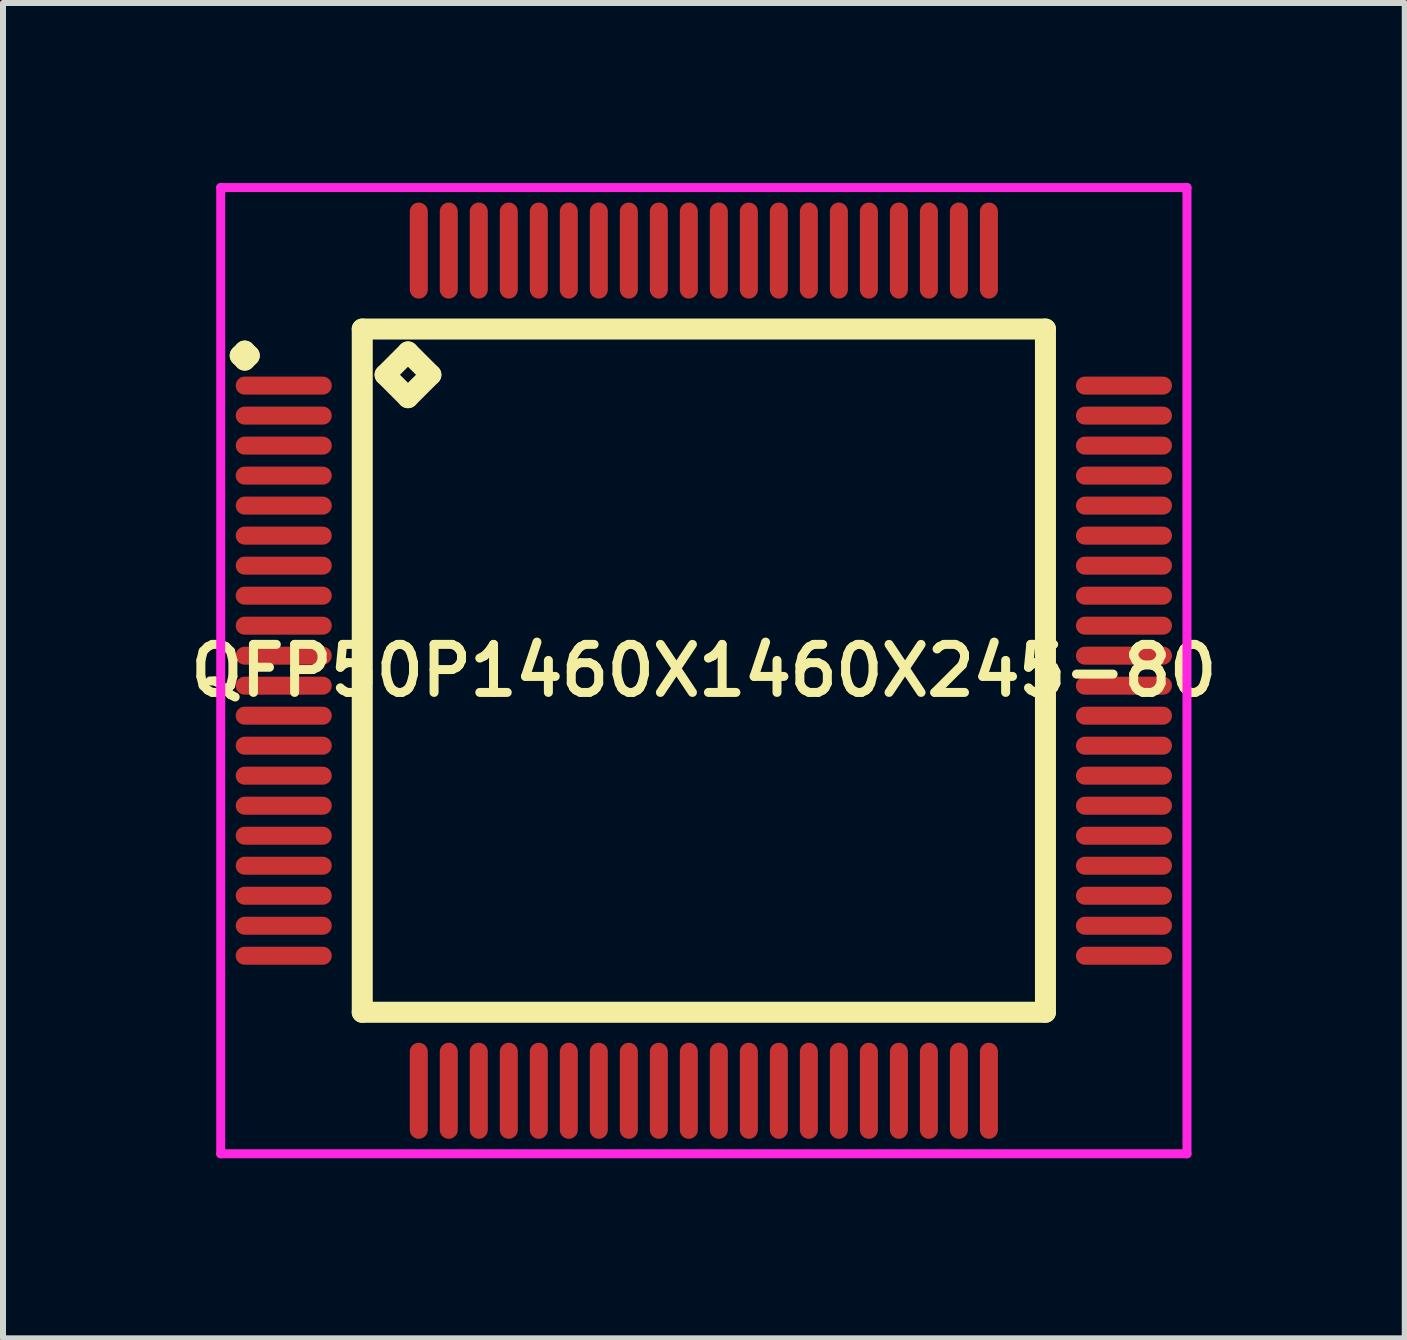
<source format=kicad_pcb>
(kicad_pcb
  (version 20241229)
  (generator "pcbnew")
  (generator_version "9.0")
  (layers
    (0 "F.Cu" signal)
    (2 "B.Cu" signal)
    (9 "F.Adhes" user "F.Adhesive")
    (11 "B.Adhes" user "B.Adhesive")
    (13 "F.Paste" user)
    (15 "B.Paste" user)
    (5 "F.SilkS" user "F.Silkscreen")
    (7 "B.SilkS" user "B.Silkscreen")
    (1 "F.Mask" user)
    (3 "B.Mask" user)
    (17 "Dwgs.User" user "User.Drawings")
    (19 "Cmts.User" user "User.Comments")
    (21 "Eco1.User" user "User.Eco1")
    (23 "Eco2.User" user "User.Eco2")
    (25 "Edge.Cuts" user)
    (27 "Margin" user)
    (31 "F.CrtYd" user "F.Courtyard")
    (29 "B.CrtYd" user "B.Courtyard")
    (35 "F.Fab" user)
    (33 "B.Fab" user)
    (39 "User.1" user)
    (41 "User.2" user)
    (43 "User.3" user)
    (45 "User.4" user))
  (footprint "QFP50P1460X1460X245-80"
    (layer "F.Cu")
    (at 8.678 8.125)
    (property "Reference" "QFP50P1460X1460X245-80" (at 0 0 0) (layer "F.SilkS") (effects (font (size 0.8 0.8) (thickness 0.15))))
    (attr through_hole)
    (fp_line (start -7.725 -5.25) (end -7.65 -5.325) (stroke (width 0.35) (type solid)) (layer "F.SilkS"))
    (fp_line (start -7.65 -5.325) (end -7.575 -5.25) (stroke (width 0.35) (type solid)) (layer "F.SilkS"))
    (fp_line (start -7.65 -5.175) (end -7.725 -5.25) (stroke (width 0.35) (type solid)) (layer "F.SilkS"))
    (fp_line (start -7.575 -5.25) (end -7.65 -5.175) (stroke (width 0.35) (type solid)) (layer "F.SilkS"))
    (fp_line (start -5.692 -5.692) (end -5.692 5.692) (stroke (width 0.35) (type solid)) (layer "F.SilkS"))
    (fp_line (start -5.692 5.692) (end 5.692 5.692) (stroke (width 0.35) (type solid)) (layer "F.SilkS"))
    (fp_line (start -5.311 -4.93) (end -4.93 -5.311) (stroke (width 0.35) (type solid)) (layer "F.SilkS"))
    (fp_line (start -4.93 -5.311) (end -4.549 -4.93) (stroke (width 0.35) (type solid)) (layer "F.SilkS"))
    (fp_line (start -4.93 -4.549) (end -5.311 -4.93) (stroke (width 0.35) (type solid)) (layer "F.SilkS"))
    (fp_line (start -4.549 -4.93) (end -4.93 -4.549) (stroke (width 0.35) (type solid)) (layer "F.SilkS"))
    (fp_line (start 5.692 -5.692) (end -5.692 -5.692) (stroke (width 0.35) (type solid)) (layer "F.SilkS"))
    (fp_line (start 5.692 5.692) (end 5.692 -5.692) (stroke (width 0.35) (type solid)) (layer "F.SilkS"))
    (fp_line (start -8.05 -8.05) (end 8.05 -8.05) (stroke (width 0.15) (type solid)) (layer "F.CrtYd"))
    (fp_line (start -8.05 8.05) (end -8.05 -8.05) (stroke (width 0.15) (type solid)) (layer "F.CrtYd"))
    (fp_line (start 8.05 -8.05) (end 8.05 8.05) (stroke (width 0.15) (type solid)) (layer "F.CrtYd"))
    (fp_line (start 8.05 8.05) (end -8.05 8.05) (stroke (width 0.15) (type solid)) (layer "F.CrtYd"))
    (pad "1" smd oval (at -7 -4.75) (size 1.6 0.3) (layers "F.Cu" "F.Mask" "F.Paste"))
    (pad "2" smd oval (at -7 -4.25) (size 1.6 0.3) (layers "F.Cu" "F.Mask" "F.Paste"))
    (pad "3" smd oval (at -7 -3.75) (size 1.6 0.3) (layers "F.Cu" "F.Mask" "F.Paste"))
    (pad "4" smd oval (at -7 -3.25) (size 1.6 0.3) (layers "F.Cu" "F.Mask" "F.Paste"))
    (pad "5" smd oval (at -7 -2.75) (size 1.6 0.3) (layers "F.Cu" "F.Mask" "F.Paste"))
    (pad "6" smd oval (at -7 -2.25) (size 1.6 0.3) (layers "F.Cu" "F.Mask" "F.Paste"))
    (pad "7" smd oval (at -7 -1.75) (size 1.6 0.3) (layers "F.Cu" "F.Mask" "F.Paste"))
    (pad "8" smd oval (at -7 -1.25) (size 1.6 0.3) (layers "F.Cu" "F.Mask" "F.Paste"))
    (pad "9" smd oval (at -7 -0.75) (size 1.6 0.3) (layers "F.Cu" "F.Mask" "F.Paste"))
    (pad "10" smd oval (at -7 -0.25) (size 1.6 0.3) (layers "F.Cu" "F.Mask" "F.Paste"))
    (pad "11" smd oval (at -7 0.25) (size 1.6 0.3) (layers "F.Cu" "F.Mask" "F.Paste"))
    (pad "12" smd oval (at -7 0.75) (size 1.6 0.3) (layers "F.Cu" "F.Mask" "F.Paste"))
    (pad "13" smd oval (at -7 1.25) (size 1.6 0.3) (layers "F.Cu" "F.Mask" "F.Paste"))
    (pad "14" smd oval (at -7 1.75) (size 1.6 0.3) (layers "F.Cu" "F.Mask" "F.Paste"))
    (pad "15" smd oval (at -7 2.25) (size 1.6 0.3) (layers "F.Cu" "F.Mask" "F.Paste"))
    (pad "16" smd oval (at -7 2.75) (size 1.6 0.3) (layers "F.Cu" "F.Mask" "F.Paste"))
    (pad "17" smd oval (at -7 3.25) (size 1.6 0.3) (layers "F.Cu" "F.Mask" "F.Paste"))
    (pad "18" smd oval (at -7 3.75) (size 1.6 0.3) (layers "F.Cu" "F.Mask" "F.Paste"))
    (pad "19" smd oval (at -7 4.25) (size 1.6 0.3) (layers "F.Cu" "F.Mask" "F.Paste"))
    (pad "20" smd oval (at -7 4.75) (size 1.6 0.3) (layers "F.Cu" "F.Mask" "F.Paste"))
    (pad "21" smd oval (at -4.75 7) (size 0.3 1.6) (layers "F.Cu" "F.Mask" "F.Paste"))
    (pad "22" smd oval (at -4.25 7) (size 0.3 1.6) (layers "F.Cu" "F.Mask" "F.Paste"))
    (pad "23" smd oval (at -3.75 7) (size 0.3 1.6) (layers "F.Cu" "F.Mask" "F.Paste"))
    (pad "24" smd oval (at -3.25 7) (size 0.3 1.6) (layers "F.Cu" "F.Mask" "F.Paste"))
    (pad "25" smd oval (at -2.75 7) (size 0.3 1.6) (layers "F.Cu" "F.Mask" "F.Paste"))
    (pad "26" smd oval (at -2.25 7) (size 0.3 1.6) (layers "F.Cu" "F.Mask" "F.Paste"))
    (pad "27" smd oval (at -1.75 7) (size 0.3 1.6) (layers "F.Cu" "F.Mask" "F.Paste"))
    (pad "28" smd oval (at -1.25 7) (size 0.3 1.6) (layers "F.Cu" "F.Mask" "F.Paste"))
    (pad "29" smd oval (at -0.75 7) (size 0.3 1.6) (layers "F.Cu" "F.Mask" "F.Paste"))
    (pad "30" smd oval (at -0.25 7) (size 0.3 1.6) (layers "F.Cu" "F.Mask" "F.Paste"))
    (pad "31" smd oval (at 0.25 7) (size 0.3 1.6) (layers "F.Cu" "F.Mask" "F.Paste"))
    (pad "32" smd oval (at 0.75 7) (size 0.3 1.6) (layers "F.Cu" "F.Mask" "F.Paste"))
    (pad "33" smd oval (at 1.25 7) (size 0.3 1.6) (layers "F.Cu" "F.Mask" "F.Paste"))
    (pad "34" smd oval (at 1.75 7) (size 0.3 1.6) (layers "F.Cu" "F.Mask" "F.Paste"))
    (pad "35" smd oval (at 2.25 7) (size 0.3 1.6) (layers "F.Cu" "F.Mask" "F.Paste"))
    (pad "36" smd oval (at 2.75 7) (size 0.3 1.6) (layers "F.Cu" "F.Mask" "F.Paste"))
    (pad "37" smd oval (at 3.25 7) (size 0.3 1.6) (layers "F.Cu" "F.Mask" "F.Paste"))
    (pad "38" smd oval (at 3.75 7) (size 0.3 1.6) (layers "F.Cu" "F.Mask" "F.Paste"))
    (pad "39" smd oval (at 4.25 7) (size 0.3 1.6) (layers "F.Cu" "F.Mask" "F.Paste"))
    (pad "40" smd oval (at 4.75 7) (size 0.3 1.6) (layers "F.Cu" "F.Mask" "F.Paste"))
    (pad "41" smd oval (at 7 4.75) (size 1.6 0.3) (layers "F.Cu" "F.Mask" "F.Paste"))
    (pad "42" smd oval (at 7 4.25) (size 1.6 0.3) (layers "F.Cu" "F.Mask" "F.Paste"))
    (pad "43" smd oval (at 7 3.75) (size 1.6 0.3) (layers "F.Cu" "F.Mask" "F.Paste"))
    (pad "44" smd oval (at 7 3.25) (size 1.6 0.3) (layers "F.Cu" "F.Mask" "F.Paste"))
    (pad "45" smd oval (at 7 2.75) (size 1.6 0.3) (layers "F.Cu" "F.Mask" "F.Paste"))
    (pad "46" smd oval (at 7 2.25) (size 1.6 0.3) (layers "F.Cu" "F.Mask" "F.Paste"))
    (pad "47" smd oval (at 7 1.75) (size 1.6 0.3) (layers "F.Cu" "F.Mask" "F.Paste"))
    (pad "48" smd oval (at 7 1.25) (size 1.6 0.3) (layers "F.Cu" "F.Mask" "F.Paste"))
    (pad "49" smd oval (at 7 0.75) (size 1.6 0.3) (layers "F.Cu" "F.Mask" "F.Paste"))
    (pad "50" smd oval (at 7 0.25) (size 1.6 0.3) (layers "F.Cu" "F.Mask" "F.Paste"))
    (pad "51" smd oval (at 7 -0.25) (size 1.6 0.3) (layers "F.Cu" "F.Mask" "F.Paste"))
    (pad "52" smd oval (at 7 -0.75) (size 1.6 0.3) (layers "F.Cu" "F.Mask" "F.Paste"))
    (pad "53" smd oval (at 7 -1.25) (size 1.6 0.3) (layers "F.Cu" "F.Mask" "F.Paste"))
    (pad "54" smd oval (at 7 -1.75) (size 1.6 0.3) (layers "F.Cu" "F.Mask" "F.Paste"))
    (pad "55" smd oval (at 7 -2.25) (size 1.6 0.3) (layers "F.Cu" "F.Mask" "F.Paste"))
    (pad "56" smd oval (at 7 -2.75) (size 1.6 0.3) (layers "F.Cu" "F.Mask" "F.Paste"))
    (pad "57" smd oval (at 7 -3.25) (size 1.6 0.3) (layers "F.Cu" "F.Mask" "F.Paste"))
    (pad "58" smd oval (at 7 -3.75) (size 1.6 0.3) (layers "F.Cu" "F.Mask" "F.Paste"))
    (pad "59" smd oval (at 7 -4.25) (size 1.6 0.3) (layers "F.Cu" "F.Mask" "F.Paste"))
    (pad "60" smd oval (at 7 -4.75) (size 1.6 0.3) (layers "F.Cu" "F.Mask" "F.Paste"))
    (pad "61" smd oval (at 4.75 -7) (size 0.3 1.6) (layers "F.Cu" "F.Mask" "F.Paste"))
    (pad "62" smd oval (at 4.25 -7) (size 0.3 1.6) (layers "F.Cu" "F.Mask" "F.Paste"))
    (pad "63" smd oval (at 3.75 -7) (size 0.3 1.6) (layers "F.Cu" "F.Mask" "F.Paste"))
    (pad "64" smd oval (at 3.25 -7) (size 0.3 1.6) (layers "F.Cu" "F.Mask" "F.Paste"))
    (pad "65" smd oval (at 2.75 -7) (size 0.3 1.6) (layers "F.Cu" "F.Mask" "F.Paste"))
    (pad "66" smd oval (at 2.25 -7) (size 0.3 1.6) (layers "F.Cu" "F.Mask" "F.Paste"))
    (pad "67" smd oval (at 1.75 -7) (size 0.3 1.6) (layers "F.Cu" "F.Mask" "F.Paste"))
    (pad "68" smd oval (at 1.25 -7) (size 0.3 1.6) (layers "F.Cu" "F.Mask" "F.Paste"))
    (pad "69" smd oval (at 0.75 -7) (size 0.3 1.6) (layers "F.Cu" "F.Mask" "F.Paste"))
    (pad "70" smd oval (at 0.25 -7) (size 0.3 1.6) (layers "F.Cu" "F.Mask" "F.Paste"))
    (pad "71" smd oval (at -0.25 -7) (size 0.3 1.6) (layers "F.Cu" "F.Mask" "F.Paste"))
    (pad "72" smd oval (at -0.75 -7) (size 0.3 1.6) (layers "F.Cu" "F.Mask" "F.Paste"))
    (pad "73" smd oval (at -1.25 -7) (size 0.3 1.6) (layers "F.Cu" "F.Mask" "F.Paste"))
    (pad "74" smd oval (at -1.75 -7) (size 0.3 1.6) (layers "F.Cu" "F.Mask" "F.Paste"))
    (pad "75" smd oval (at -2.25 -7) (size 0.3 1.6) (layers "F.Cu" "F.Mask" "F.Paste"))
    (pad "76" smd oval (at -2.75 -7) (size 0.3 1.6) (layers "F.Cu" "F.Mask" "F.Paste"))
    (pad "77" smd oval (at -3.25 -7) (size 0.3 1.6) (layers "F.Cu" "F.Mask" "F.Paste"))
    (pad "78" smd oval (at -3.75 -7) (size 0.3 1.6) (layers "F.Cu" "F.Mask" "F.Paste"))
    (pad "79" smd oval (at -4.25 -7) (size 0.3 1.6) (layers "F.Cu" "F.Mask" "F.Paste"))
    (pad "80" smd oval (at -4.75 -7) (size 0.3 1.6) (layers "F.Cu" "F.Mask" "F.Paste")))
  (gr_rect
    (start -3 -3)
    (end 20.357 19.25)
    (stroke (width 0.1) (type default))
    (fill no)
    (layer "Edge.Cuts")))
</source>
